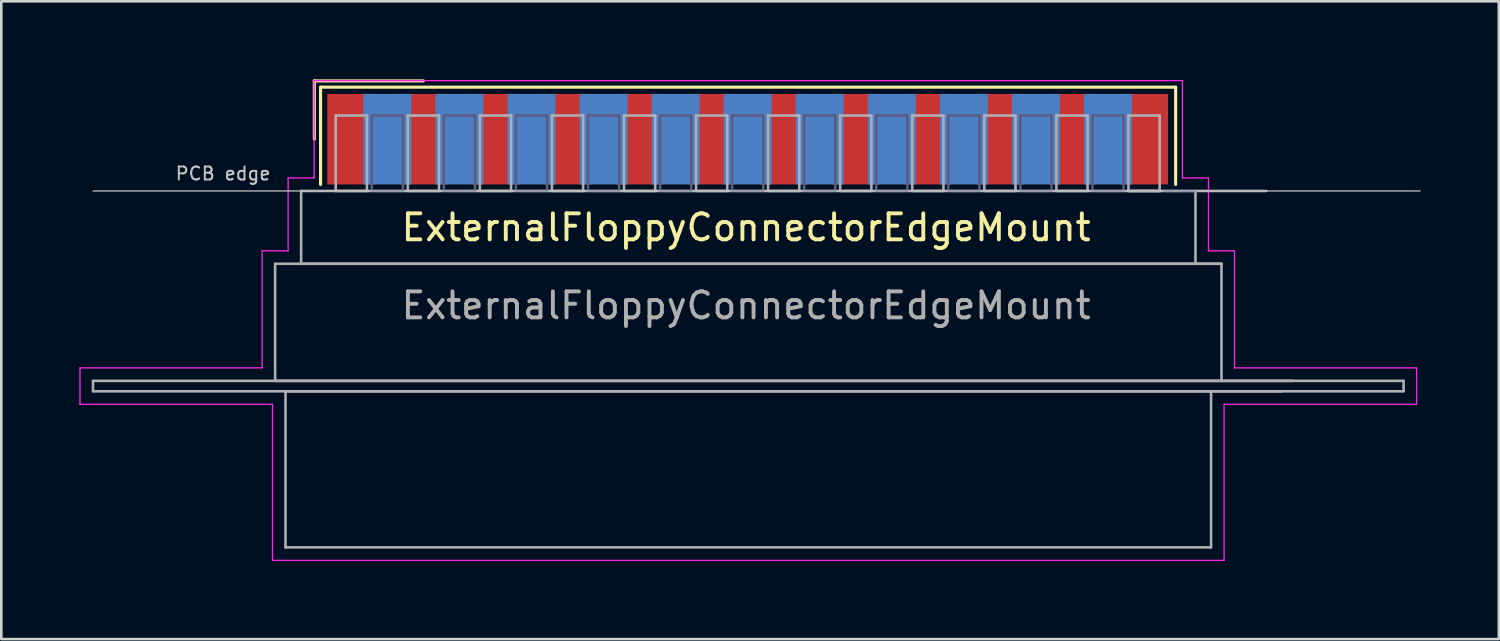
<source format=kicad_pcb>
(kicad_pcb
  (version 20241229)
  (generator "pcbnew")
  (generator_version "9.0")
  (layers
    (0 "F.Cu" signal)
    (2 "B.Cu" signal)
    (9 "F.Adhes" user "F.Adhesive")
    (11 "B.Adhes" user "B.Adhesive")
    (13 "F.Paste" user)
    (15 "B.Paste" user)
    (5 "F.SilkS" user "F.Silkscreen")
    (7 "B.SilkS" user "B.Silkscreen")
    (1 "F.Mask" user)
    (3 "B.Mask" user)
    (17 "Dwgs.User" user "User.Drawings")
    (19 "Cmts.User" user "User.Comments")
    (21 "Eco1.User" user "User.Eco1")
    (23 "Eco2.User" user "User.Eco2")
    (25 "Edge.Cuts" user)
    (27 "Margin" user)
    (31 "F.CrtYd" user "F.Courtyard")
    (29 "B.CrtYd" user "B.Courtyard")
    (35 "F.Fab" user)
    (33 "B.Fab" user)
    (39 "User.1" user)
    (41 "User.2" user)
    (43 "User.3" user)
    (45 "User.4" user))
  (footprint "ExternalFloppyConnectorEdgeMount"
    (layer "F.Cu")
    (at 25.63 6.195)
    (property "Reference" "ExternalFloppyConnectorEdgeMount" (at 0 -0.5 0) (unlocked yes) (layer "F.SilkS") (effects (font (size 1 1) (thickness 0.15))))
    (attr smd)
    (fp_line (start -16.598 -6.135) (end -12.405 -6.135) (stroke (width 0.12) (type solid)) (layer "F.SilkS"))
    (fp_line (start -16.598 -3.895) (end -16.598 -6.135) (stroke (width 0.12) (type solid)) (layer "F.SilkS"))
    (fp_line (start -16.358 -5.895) (end -16.358 -2.155) (stroke (width 0.12) (type solid)) (layer "F.SilkS"))
    (fp_line (start 16.51 -5.895) (end -16.358 -5.895) (stroke (width 0.12) (type solid)) (layer "F.SilkS"))
    (fp_line (start 16.51 -2.155) (end 16.51 -5.895) (stroke (width 0.12) (type solid)) (layer "F.SilkS"))
    (fp_line (start -25.105 -1.905) (end 25.908 -1.905) (stroke (width 0.05) (type solid)) (layer "Dwgs.User"))
    (fp_line (start -25.605 4.895) (end -18.605 4.895) (stroke (width 0.05) (type solid)) (layer "F.CrtYd"))
    (fp_line (start -25.605 6.295) (end -25.605 4.895) (stroke (width 0.05) (type solid)) (layer "F.CrtYd"))
    (fp_line (start -18.605 0.395) (end -17.605 0.395) (stroke (width 0.05) (type solid)) (layer "F.CrtYd"))
    (fp_line (start -18.605 4.895) (end -18.605 0.395) (stroke (width 0.05) (type solid)) (layer "F.CrtYd"))
    (fp_line (start -18.205 6.295) (end -25.605 6.295) (stroke (width 0.05) (type solid)) (layer "F.CrtYd"))
    (fp_line (start -18.205 12.295) (end -18.205 6.295) (stroke (width 0.05) (type solid)) (layer "F.CrtYd"))
    (fp_line (start -17.605 -2.405) (end -16.605 -2.405) (stroke (width 0.05) (type solid)) (layer "F.CrtYd"))
    (fp_line (start -17.605 0.395) (end -17.605 -2.405) (stroke (width 0.05) (type solid)) (layer "F.CrtYd"))
    (fp_line (start -16.605 -6.145) (end 16.772 -6.145) (stroke (width 0.05) (type solid)) (layer "F.CrtYd"))
    (fp_line (start -16.605 -2.405) (end -16.605 -6.145) (stroke (width 0.05) (type solid)) (layer "F.CrtYd"))
    (fp_line (start 16.772 -6.145) (end 16.772 -2.405) (stroke (width 0.05) (type solid)) (layer "F.CrtYd"))
    (fp_line (start 16.772 -2.405) (end 17.772 -2.405) (stroke (width 0.05) (type solid)) (layer "F.CrtYd"))
    (fp_line (start 17.772 -2.405) (end 17.772 0.395) (stroke (width 0.05) (type solid)) (layer "F.CrtYd"))
    (fp_line (start 17.772 0.395) (end 18.772 0.395) (stroke (width 0.05) (type solid)) (layer "F.CrtYd"))
    (fp_line (start 18.372 6.295) (end 18.372 12.295) (stroke (width 0.05) (type solid)) (layer "F.CrtYd"))
    (fp_line (start 18.372 12.295) (end -18.205 12.295) (stroke (width 0.05) (type solid)) (layer "F.CrtYd"))
    (fp_line (start 18.772 0.395) (end 18.772 4.895) (stroke (width 0.05) (type solid)) (layer "F.CrtYd"))
    (fp_line (start 18.772 4.895) (end 25.772 4.895) (stroke (width 0.05) (type solid)) (layer "F.CrtYd"))
    (fp_line (start 25.772 4.895) (end 25.772 6.295) (stroke (width 0.05) (type solid)) (layer "F.CrtYd"))
    (fp_line (start 25.772 6.295) (end 18.372 6.295) (stroke (width 0.05) (type solid)) (layer "F.CrtYd"))
    (fp_line (start -14.39 -4.805) (end -14.39 -1.905) (stroke (width 0.1) (type solid)) (layer "B.Fab"))
    (fp_line (start -14.39 -1.905) (end -13.19 -1.905) (stroke (width 0.1) (type solid)) (layer "B.Fab"))
    (fp_line (start -13.19 -4.805) (end -14.39 -4.805) (stroke (width 0.1) (type solid)) (layer "B.Fab"))
    (fp_line (start -13.19 -1.905) (end -13.19 -4.805) (stroke (width 0.1) (type solid)) (layer "B.Fab"))
    (fp_line (start -11.62 -4.805) (end -11.62 -1.905) (stroke (width 0.1) (type solid)) (layer "B.Fab"))
    (fp_line (start -11.62 -1.905) (end -10.42 -1.905) (stroke (width 0.1) (type solid)) (layer "B.Fab"))
    (fp_line (start -10.42 -4.805) (end -11.62 -4.805) (stroke (width 0.1) (type solid)) (layer "B.Fab"))
    (fp_line (start -10.42 -1.905) (end -10.42 -4.805) (stroke (width 0.1) (type solid)) (layer "B.Fab"))
    (fp_line (start -8.85 -4.805) (end -8.85 -1.905) (stroke (width 0.1) (type solid)) (layer "B.Fab"))
    (fp_line (start -8.85 -1.905) (end -7.65 -1.905) (stroke (width 0.1) (type solid)) (layer "B.Fab"))
    (fp_line (start -7.65 -4.805) (end -8.85 -4.805) (stroke (width 0.1) (type solid)) (layer "B.Fab"))
    (fp_line (start -7.65 -1.905) (end -7.65 -4.805) (stroke (width 0.1) (type solid)) (layer "B.Fab"))
    (fp_line (start -6.08 -4.805) (end -6.08 -1.905) (stroke (width 0.1) (type solid)) (layer "B.Fab"))
    (fp_line (start -6.08 -1.905) (end -4.88 -1.905) (stroke (width 0.1) (type solid)) (layer "B.Fab"))
    (fp_line (start -4.88 -4.805) (end -6.08 -4.805) (stroke (width 0.1) (type solid)) (layer "B.Fab"))
    (fp_line (start -4.88 -1.905) (end -4.88 -4.805) (stroke (width 0.1) (type solid)) (layer "B.Fab"))
    (fp_line (start -3.31 -4.805) (end -3.31 -1.905) (stroke (width 0.1) (type solid)) (layer "B.Fab"))
    (fp_line (start -3.31 -1.905) (end -2.11 -1.905) (stroke (width 0.1) (type solid)) (layer "B.Fab"))
    (fp_line (start -2.11 -4.805) (end -3.31 -4.805) (stroke (width 0.1) (type solid)) (layer "B.Fab"))
    (fp_line (start -2.11 -1.905) (end -2.11 -4.805) (stroke (width 0.1) (type solid)) (layer "B.Fab"))
    (fp_line (start -0.54 -4.805) (end -0.54 -1.905) (stroke (width 0.1) (type solid)) (layer "B.Fab"))
    (fp_line (start -0.54 -1.905) (end 0.66 -1.905) (stroke (width 0.1) (type solid)) (layer "B.Fab"))
    (fp_line (start 0.66 -4.805) (end -0.54 -4.805) (stroke (width 0.1) (type solid)) (layer "B.Fab"))
    (fp_line (start 0.66 -1.905) (end 0.66 -4.805) (stroke (width 0.1) (type solid)) (layer "B.Fab"))
    (fp_line (start 2.23 -4.805) (end 2.23 -1.905) (stroke (width 0.1) (type solid)) (layer "B.Fab"))
    (fp_line (start 2.23 -1.905) (end 3.43 -1.905) (stroke (width 0.1) (type solid)) (layer "B.Fab"))
    (fp_line (start 3.43 -4.805) (end 2.23 -4.805) (stroke (width 0.1) (type solid)) (layer "B.Fab"))
    (fp_line (start 3.43 -1.905) (end 3.43 -4.805) (stroke (width 0.1) (type solid)) (layer "B.Fab"))
    (fp_line (start 5 -4.805) (end 5 -1.905) (stroke (width 0.1) (type solid)) (layer "B.Fab"))
    (fp_line (start 5 -1.905) (end 6.2 -1.905) (stroke (width 0.1) (type solid)) (layer "B.Fab"))
    (fp_line (start 6.2 -4.805) (end 5 -4.805) (stroke (width 0.1) (type solid)) (layer "B.Fab"))
    (fp_line (start 6.2 -1.905) (end 6.2 -4.805) (stroke (width 0.1) (type solid)) (layer "B.Fab"))
    (fp_line (start 7.77 -4.805) (end 7.77 -1.905) (stroke (width 0.1) (type solid)) (layer "B.Fab"))
    (fp_line (start 7.77 -1.905) (end 8.97 -1.905) (stroke (width 0.1) (type solid)) (layer "B.Fab"))
    (fp_line (start 8.97 -4.805) (end 7.77 -4.805) (stroke (width 0.1) (type solid)) (layer "B.Fab"))
    (fp_line (start 8.97 -1.905) (end 8.97 -4.805) (stroke (width 0.1) (type solid)) (layer "B.Fab"))
    (fp_line (start 10.54 -4.805) (end 10.54 -1.905) (stroke (width 0.1) (type solid)) (layer "B.Fab"))
    (fp_line (start 10.54 -1.905) (end 11.74 -1.905) (stroke (width 0.1) (type solid)) (layer "B.Fab"))
    (fp_line (start 11.74 -4.805) (end 10.54 -4.805) (stroke (width 0.1) (type solid)) (layer "B.Fab"))
    (fp_line (start 11.74 -1.905) (end 11.74 -4.805) (stroke (width 0.1) (type solid)) (layer "B.Fab"))
    (fp_line (start 13.31 -4.805) (end 13.31 -1.905) (stroke (width 0.1) (type solid)) (layer "B.Fab"))
    (fp_line (start 13.31 -1.905) (end 14.51 -1.905) (stroke (width 0.1) (type solid)) (layer "B.Fab"))
    (fp_line (start 14.51 -4.805) (end 13.31 -4.805) (stroke (width 0.1) (type solid)) (layer "B.Fab"))
    (fp_line (start 14.51 -1.905) (end 14.51 -4.805) (stroke (width 0.1) (type solid)) (layer "B.Fab"))
    (fp_line (start 16.08 -1.905) (end 17.28 -1.905) (stroke (width 0.1) (type solid)) (layer "B.Fab"))
    (fp_line (start -25.105 5.395) (end -25.105 5.795) (stroke (width 0.1) (type solid)) (layer "F.Fab"))
    (fp_line (start -25.105 5.795) (end 25.272 5.795) (stroke (width 0.1) (type solid)) (layer "F.Fab"))
    (fp_line (start -18.105 0.895) (end -18.105 5.395) (stroke (width 0.1) (type solid)) (layer "F.Fab"))
    (fp_line (start -18.105 5.395) (end 20.995 5.395) (stroke (width 0.1) (type solid)) (layer "F.Fab"))
    (fp_line (start -17.705 5.795) (end -17.705 11.795) (stroke (width 0.1) (type solid)) (layer "F.Fab"))
    (fp_line (start -17.705 11.795) (end 17.872 11.795) (stroke (width 0.1) (type solid)) (layer "F.Fab"))
    (fp_line (start -17.105 -1.905) (end -17.105 0.895) (stroke (width 0.1) (type solid)) (layer "F.Fab"))
    (fp_line (start -17.105 0.895) (end 18.272 0.895) (stroke (width 0.1) (type solid)) (layer "F.Fab"))
    (fp_line (start -15.775 -4.805) (end -15.775 -1.905) (stroke (width 0.1) (type solid)) (layer "F.Fab"))
    (fp_line (start -15.775 -1.905) (end -14.575 -1.905) (stroke (width 0.1) (type solid)) (layer "F.Fab"))
    (fp_line (start -14.575 -4.805) (end -15.775 -4.805) (stroke (width 0.1) (type solid)) (layer "F.Fab"))
    (fp_line (start -14.575 -1.905) (end -14.575 -4.805) (stroke (width 0.1) (type solid)) (layer "F.Fab"))
    (fp_line (start -13.005 -4.805) (end -13.005 -1.905) (stroke (width 0.1) (type solid)) (layer "F.Fab"))
    (fp_line (start -13.005 -1.905) (end -11.805 -1.905) (stroke (width 0.1) (type solid)) (layer "F.Fab"))
    (fp_line (start -11.805 -4.805) (end -13.005 -4.805) (stroke (width 0.1) (type solid)) (layer "F.Fab"))
    (fp_line (start -11.805 -1.905) (end -11.805 -4.805) (stroke (width 0.1) (type solid)) (layer "F.Fab"))
    (fp_line (start -10.235 -4.805) (end -10.235 -1.905) (stroke (width 0.1) (type solid)) (layer "F.Fab"))
    (fp_line (start -10.235 -1.905) (end -9.035 -1.905) (stroke (width 0.1) (type solid)) (layer "F.Fab"))
    (fp_line (start -9.035 -4.805) (end -10.235 -4.805) (stroke (width 0.1) (type solid)) (layer "F.Fab"))
    (fp_line (start -9.035 -1.905) (end -9.035 -4.805) (stroke (width 0.1) (type solid)) (layer "F.Fab"))
    (fp_line (start -7.465 -4.805) (end -7.465 -1.905) (stroke (width 0.1) (type solid)) (layer "F.Fab"))
    (fp_line (start -7.465 -1.905) (end -6.265 -1.905) (stroke (width 0.1) (type solid)) (layer "F.Fab"))
    (fp_line (start -6.265 -4.805) (end -7.465 -4.805) (stroke (width 0.1) (type solid)) (layer "F.Fab"))
    (fp_line (start -6.265 -1.905) (end -6.265 -4.805) (stroke (width 0.1) (type solid)) (layer "F.Fab"))
    (fp_line (start -4.695 -4.805) (end -4.695 -1.905) (stroke (width 0.1) (type solid)) (layer "F.Fab"))
    (fp_line (start -4.695 -1.905) (end -3.495 -1.905) (stroke (width 0.1) (type solid)) (layer "F.Fab"))
    (fp_line (start -3.495 -4.805) (end -4.695 -4.805) (stroke (width 0.1) (type solid)) (layer "F.Fab"))
    (fp_line (start -3.495 -1.905) (end -3.495 -4.805) (stroke (width 0.1) (type solid)) (layer "F.Fab"))
    (fp_line (start -1.925 -4.805) (end -1.925 -1.905) (stroke (width 0.1) (type solid)) (layer "F.Fab"))
    (fp_line (start -1.925 -1.905) (end -0.725 -1.905) (stroke (width 0.1) (type solid)) (layer "F.Fab"))
    (fp_line (start -0.725 -4.805) (end -1.925 -4.805) (stroke (width 0.1) (type solid)) (layer "F.Fab"))
    (fp_line (start -0.725 -1.905) (end -0.725 -4.805) (stroke (width 0.1) (type solid)) (layer "F.Fab"))
    (fp_line (start 0.845 -4.805) (end 0.845 -1.905) (stroke (width 0.1) (type solid)) (layer "F.Fab"))
    (fp_line (start 0.845 -1.905) (end 2.045 -1.905) (stroke (width 0.1) (type solid)) (layer "F.Fab"))
    (fp_line (start 2.045 -4.805) (end 0.845 -4.805) (stroke (width 0.1) (type solid)) (layer "F.Fab"))
    (fp_line (start 2.045 -1.905) (end 2.045 -4.805) (stroke (width 0.1) (type solid)) (layer "F.Fab"))
    (fp_line (start 3.615 -4.805) (end 3.615 -1.905) (stroke (width 0.1) (type solid)) (layer "F.Fab"))
    (fp_line (start 3.615 -1.905) (end 4.815 -1.905) (stroke (width 0.1) (type solid)) (layer "F.Fab"))
    (fp_line (start 4.815 -4.805) (end 3.615 -4.805) (stroke (width 0.1) (type solid)) (layer "F.Fab"))
    (fp_line (start 4.815 -1.905) (end 4.815 -4.805) (stroke (width 0.1) (type solid)) (layer "F.Fab"))
    (fp_line (start 6.385 -4.805) (end 6.385 -1.905) (stroke (width 0.1) (type solid)) (layer "F.Fab"))
    (fp_line (start 6.385 -1.905) (end 7.585 -1.905) (stroke (width 0.1) (type solid)) (layer "F.Fab"))
    (fp_line (start 7.585 -4.805) (end 6.385 -4.805) (stroke (width 0.1) (type solid)) (layer "F.Fab"))
    (fp_line (start 7.585 -1.905) (end 7.585 -4.805) (stroke (width 0.1) (type solid)) (layer "F.Fab"))
    (fp_line (start 9.155 -4.805) (end 9.155 -1.905) (stroke (width 0.1) (type solid)) (layer "F.Fab"))
    (fp_line (start 9.155 -1.905) (end 10.355 -1.905) (stroke (width 0.1) (type solid)) (layer "F.Fab"))
    (fp_line (start 10.355 -4.805) (end 9.155 -4.805) (stroke (width 0.1) (type solid)) (layer "F.Fab"))
    (fp_line (start 10.355 -1.905) (end 10.355 -4.805) (stroke (width 0.1) (type solid)) (layer "F.Fab"))
    (fp_line (start 11.925 -4.805) (end 11.925 -1.905) (stroke (width 0.1) (type solid)) (layer "F.Fab"))
    (fp_line (start 11.925 -1.905) (end 13.125 -1.905) (stroke (width 0.1) (type solid)) (layer "F.Fab"))
    (fp_line (start 13.125 -4.805) (end 11.925 -4.805) (stroke (width 0.1) (type solid)) (layer "F.Fab"))
    (fp_line (start 13.125 -1.905) (end 13.125 -4.805) (stroke (width 0.1) (type solid)) (layer "F.Fab"))
    (fp_line (start 14.695 -4.805) (end 14.695 -1.905) (stroke (width 0.1) (type solid)) (layer "F.Fab"))
    (fp_line (start 14.695 -1.905) (end 15.895 -1.905) (stroke (width 0.1) (type solid)) (layer "F.Fab"))
    (fp_line (start 14.742 -1.905) (end 15.942 -1.905) (stroke (width 0.1) (type solid)) (layer "F.Fab"))
    (fp_line (start 15.895 -4.805) (end 14.695 -4.805) (stroke (width 0.1) (type solid)) (layer "F.Fab"))
    (fp_line (start 15.895 -1.905) (end 15.895 -4.805) (stroke (width 0.1) (type solid)) (layer "F.Fab"))
    (fp_line (start 17.272 0.895) (end 17.272 -1.905) (stroke (width 0.1) (type solid)) (layer "F.Fab"))
    (fp_line (start 17.872 11.795) (end 17.872 5.795) (stroke (width 0.1) (type solid)) (layer "F.Fab"))
    (fp_line (start 18.272 0.895) (end -18.105 0.895) (stroke (width 0.1) (type solid)) (layer "F.Fab"))
    (fp_line (start 18.272 5.395) (end 18.272 0.895) (stroke (width 0.1) (type solid)) (layer "F.Fab"))
    (fp_line (start 19.995 -1.905) (end -17.105 -1.905) (stroke (width 0.1) (type solid)) (layer "F.Fab"))
    (fp_line (start 20.595 5.795) (end -17.705 5.795) (stroke (width 0.1) (type solid)) (layer "F.Fab"))
    (fp_line (start 25.272 5.395) (end -25.105 5.395) (stroke (width 0.1) (type solid)) (layer "F.Fab"))
    (fp_line (start 25.272 5.795) (end 25.272 5.395) (stroke (width 0.1) (type solid)) (layer "F.Fab"))
    (fp_text user "PCB edge" (at -20.105 -2.572 0) (layer "Dwgs.User") (effects (font (size 0.5 0.5) (thickness 0.075))))
    (fp_text user "${REFERENCE}" (at 0 2.5 0) (unlocked yes) (layer "F.Fab") (effects (font (size 1 1) (thickness 0.15))))
    (pad "1" smd rect (at -15.175 -3.895) (size 1.847 3.48) (layers "F.Cu" "F.Mask" "F.Paste"))
    (pad "2" smd rect (at -12.405 -3.895) (size 1.847 3.48) (layers "F.Cu" "F.Mask" "F.Paste"))
    (pad "3" smd rect (at -9.635 -3.895) (size 1.847 3.48) (layers "F.Cu" "F.Mask" "F.Paste"))
    (pad "4" smd rect (at -6.865 -3.895) (size 1.847 3.48) (layers "F.Cu" "F.Mask" "F.Paste"))
    (pad "5" smd rect (at -4.095 -3.895) (size 1.847 3.48) (layers "F.Cu" "F.Mask" "F.Paste"))
    (pad "6" smd rect (at -1.325 -3.895) (size 1.847 3.48) (layers "F.Cu" "F.Mask" "F.Paste"))
    (pad "7" smd rect (at 1.445 -3.895) (size 1.847 3.48) (layers "F.Cu" "F.Mask" "F.Paste"))
    (pad "8" smd rect (at 4.215 -3.895) (size 1.847 3.48) (layers "F.Cu" "F.Mask" "F.Paste"))
    (pad "9" smd rect (at 6.985 -3.895) (size 1.847 3.48) (layers "F.Cu" "F.Mask" "F.Paste"))
    (pad "10" smd rect (at 9.755 -3.895) (size 1.847 3.48) (layers "F.Cu" "F.Mask" "F.Paste"))
    (pad "11" smd rect (at 12.525 -3.895) (size 1.847 3.48) (layers "F.Cu" "F.Mask" "F.Paste"))
    (pad "12" smd rect (at 15.295 -3.895) (size 1.847 3.48) (layers "F.Cu" "F.Mask" "F.Paste"))
    (pad "13" smd rect (at -13.79 -3.895) (size 1.847 3.48) (layers "B.Cu" "B.Mask" "B.Paste"))
    (pad "14" smd rect (at -11.02 -3.895) (size 1.847 3.48) (layers "B.Cu" "B.Mask" "B.Paste"))
    (pad "15" smd rect (at -8.25 -3.895) (size 1.847 3.48) (layers "B.Cu" "B.Mask" "B.Paste"))
    (pad "16" smd rect (at -5.48 -3.895) (size 1.847 3.48) (layers "B.Cu" "B.Mask" "B.Paste"))
    (pad "17" smd rect (at -2.71 -3.895) (size 1.847 3.48) (layers "B.Cu" "B.Mask" "B.Paste"))
    (pad "18" smd rect (at 0.06 -3.895) (size 1.847 3.48) (layers "B.Cu" "B.Mask" "B.Paste"))
    (pad "19" smd rect (at 2.83 -3.895) (size 1.847 3.48) (layers "B.Cu" "B.Mask" "B.Paste"))
    (pad "20" smd rect (at 5.6 -3.895) (size 1.847 3.48) (layers "B.Cu" "B.Mask" "B.Paste"))
    (pad "21" smd rect (at 8.37 -3.895) (size 1.847 3.48) (layers "B.Cu" "B.Mask" "B.Paste"))
    (pad "22" smd rect (at 11.14 -3.895) (size 1.847 3.48) (layers "B.Cu" "B.Mask" "B.Paste"))
    (pad "23" smd rect (at 13.91 -3.895) (size 1.847 3.48) (layers "B.Cu" "B.Mask" "B.Paste")))
  (gr_rect
    (start -3 -3)
    (end 54.563 21.515)
    (stroke (width 0.1) (type default))
    (fill no)
    (layer "Edge.Cuts")))
</source>
